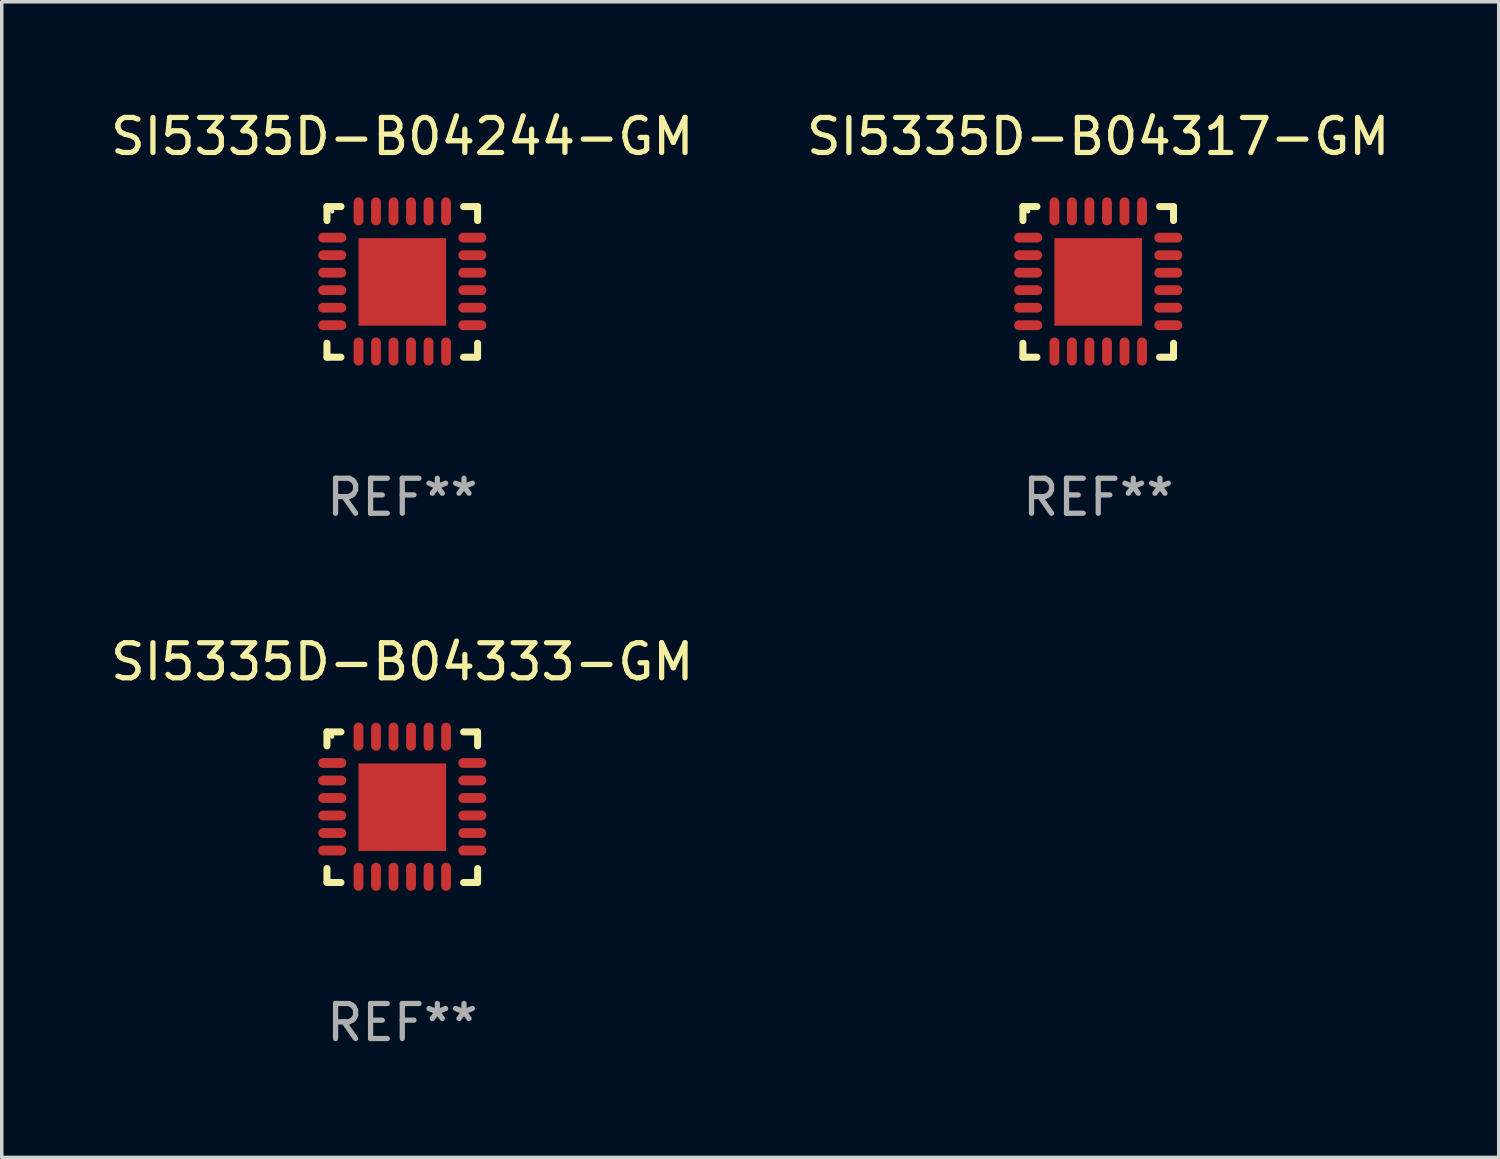
<source format=kicad_pcb>
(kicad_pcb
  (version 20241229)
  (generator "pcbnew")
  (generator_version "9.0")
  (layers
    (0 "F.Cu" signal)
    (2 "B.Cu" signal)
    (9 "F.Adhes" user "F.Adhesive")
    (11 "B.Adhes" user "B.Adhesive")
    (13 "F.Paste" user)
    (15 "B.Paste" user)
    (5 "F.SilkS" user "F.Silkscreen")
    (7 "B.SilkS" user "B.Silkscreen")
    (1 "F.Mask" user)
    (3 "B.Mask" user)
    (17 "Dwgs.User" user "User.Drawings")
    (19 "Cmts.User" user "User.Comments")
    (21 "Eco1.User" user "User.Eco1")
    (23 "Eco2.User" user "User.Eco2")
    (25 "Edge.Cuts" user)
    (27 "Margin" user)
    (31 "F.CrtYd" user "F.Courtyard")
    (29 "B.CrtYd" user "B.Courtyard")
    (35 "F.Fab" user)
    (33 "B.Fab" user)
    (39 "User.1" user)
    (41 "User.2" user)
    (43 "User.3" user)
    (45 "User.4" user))
  (footprint "SI5335D-B04244-GM"
    (layer "F.Cu")
    (at 8.435 4.998)
    (property "Reference" "SI5335D-B04244-GM" (at 0 -4.15 0) (layer "F.SilkS") (effects (font (size 1 1) (thickness 0.15))))
    (attr through_hole)
    (fp_line (start -2.15 -2.15) (end -1.75 -2.15) (stroke (width 0.2) (type solid)) (layer "F.SilkS"))
    (fp_line (start -2.15 -1.75) (end -2.15 -2.15) (stroke (width 0.2) (type solid)) (layer "F.SilkS"))
    (fp_line (start -2.15 2.15) (end -2.15 1.75) (stroke (width 0.2) (type solid)) (layer "F.SilkS"))
    (fp_line (start -1.75 2.15) (end -2.15 2.15) (stroke (width 0.2) (type solid)) (layer "F.SilkS"))
    (fp_line (start 1.75 -2.15) (end 2.15 -2.15) (stroke (width 0.2) (type solid)) (layer "F.SilkS"))
    (fp_line (start 1.75 2.15) (end 2.15 2.15) (stroke (width 0.2) (type solid)) (layer "F.SilkS"))
    (fp_line (start 2.15 -2.15) (end 2.15 -1.75) (stroke (width 0.2) (type solid)) (layer "F.SilkS"))
    (fp_line (start 2.15 2.15) (end 2.15 1.75) (stroke (width 0.2) (type solid)) (layer "F.SilkS"))
    (fp_circle (center -2 -2.013) (end -1.97 -2.013) (stroke (width 0.06) (type solid)) (fill no) (layer "F.SilkS"))
    (fp_text user "REF**" (at 0 6.15 0) (layer "F.Fab") (effects (font (size 1 1) (thickness 0.15))))
    (pad "1" smd oval (at -2 -1.263) (size 0.8 0.28) (layers "F.Cu" "F.Mask" "F.Paste"))
    (pad "2" smd oval (at -2 -0.763) (size 0.8 0.28) (layers "F.Cu" "F.Mask" "F.Paste"))
    (pad "3" smd oval (at -2 -0.263) (size 0.8 0.28) (layers "F.Cu" "F.Mask" "F.Paste"))
    (pad "4" smd oval (at -2 0.237) (size 0.8 0.28) (layers "F.Cu" "F.Mask" "F.Paste"))
    (pad "5" smd oval (at -2 0.737) (size 0.8 0.28) (layers "F.Cu" "F.Mask" "F.Paste"))
    (pad "6" smd oval (at -2 1.237) (size 0.8 0.28) (layers "F.Cu" "F.Mask" "F.Paste"))
    (pad "7" smd oval (at -1.25 1.987) (size 0.28 0.8) (layers "F.Cu" "F.Mask" "F.Paste"))
    (pad "8" smd oval (at -0.75 1.987) (size 0.28 0.8) (layers "F.Cu" "F.Mask" "F.Paste"))
    (pad "9" smd oval (at -0.25 1.987) (size 0.28 0.8) (layers "F.Cu" "F.Mask" "F.Paste"))
    (pad "10" smd oval (at 0.25 1.987) (size 0.28 0.8) (layers "F.Cu" "F.Mask" "F.Paste"))
    (pad "11" smd oval (at 0.75 1.987) (size 0.28 0.8) (layers "F.Cu" "F.Mask" "F.Paste"))
    (pad "12" smd oval (at 1.25 1.987) (size 0.28 0.8) (layers "F.Cu" "F.Mask" "F.Paste"))
    (pad "13" smd oval (at 2 1.237) (size 0.8 0.28) (layers "F.Cu" "F.Mask" "F.Paste"))
    (pad "14" smd oval (at 2 0.737) (size 0.8 0.28) (layers "F.Cu" "F.Mask" "F.Paste"))
    (pad "15" smd oval (at 2 0.237) (size 0.8 0.28) (layers "F.Cu" "F.Mask" "F.Paste"))
    (pad "16" smd oval (at 2 -0.263) (size 0.8 0.28) (layers "F.Cu" "F.Mask" "F.Paste"))
    (pad "17" smd oval (at 2 -0.763) (size 0.8 0.28) (layers "F.Cu" "F.Mask" "F.Paste"))
    (pad "18" smd oval (at 2 -1.263) (size 0.8 0.28) (layers "F.Cu" "F.Mask" "F.Paste"))
    (pad "19" smd oval (at 1.25 -2.013) (size 0.28 0.8) (layers "F.Cu" "F.Mask" "F.Paste"))
    (pad "20" smd oval (at 0.75 -2.013) (size 0.28 0.8) (layers "F.Cu" "F.Mask" "F.Paste"))
    (pad "21" smd oval (at 0.25 -2.013) (size 0.28 0.8) (layers "F.Cu" "F.Mask" "F.Paste"))
    (pad "22" smd oval (at -0.25 -2.013) (size 0.28 0.8) (layers "F.Cu" "F.Mask" "F.Paste"))
    (pad "23" smd oval (at -0.75 -2.013) (size 0.28 0.8) (layers "F.Cu" "F.Mask" "F.Paste"))
    (pad "24" smd oval (at -1.25 -2.013) (size 0.28 0.8) (layers "F.Cu" "F.Mask" "F.Paste"))
    (pad "25" smd rect (at -0.000102 -0.00014) (size 2.5 2.5) (layers "F.Cu" "F.Mask" "F.Paste")))
  (footprint "SI5335D-B04317-GM"
    (layer "F.Cu")
    (at 28.304 4.998)
    (property "Reference" "SI5335D-B04317-GM" (at 0 -4.15 0) (layer "F.SilkS") (effects (font (size 1 1) (thickness 0.15))))
    (attr through_hole)
    (fp_line (start -2.15 -2.15) (end -1.75 -2.15) (stroke (width 0.2) (type solid)) (layer "F.SilkS"))
    (fp_line (start -2.15 -1.75) (end -2.15 -2.15) (stroke (width 0.2) (type solid)) (layer "F.SilkS"))
    (fp_line (start -2.15 2.15) (end -2.15 1.75) (stroke (width 0.2) (type solid)) (layer "F.SilkS"))
    (fp_line (start -1.75 2.15) (end -2.15 2.15) (stroke (width 0.2) (type solid)) (layer "F.SilkS"))
    (fp_line (start 1.75 -2.15) (end 2.15 -2.15) (stroke (width 0.2) (type solid)) (layer "F.SilkS"))
    (fp_line (start 1.75 2.15) (end 2.15 2.15) (stroke (width 0.2) (type solid)) (layer "F.SilkS"))
    (fp_line (start 2.15 -2.15) (end 2.15 -1.75) (stroke (width 0.2) (type solid)) (layer "F.SilkS"))
    (fp_line (start 2.15 2.15) (end 2.15 1.75) (stroke (width 0.2) (type solid)) (layer "F.SilkS"))
    (fp_circle (center -2 -2.013) (end -1.97 -2.013) (stroke (width 0.06) (type solid)) (fill no) (layer "F.SilkS"))
    (fp_text user "REF**" (at 0 6.15 0) (layer "F.Fab") (effects (font (size 1 1) (thickness 0.15))))
    (pad "1" smd oval (at -2 -1.263) (size 0.8 0.28) (layers "F.Cu" "F.Mask" "F.Paste"))
    (pad "2" smd oval (at -2 -0.763) (size 0.8 0.28) (layers "F.Cu" "F.Mask" "F.Paste"))
    (pad "3" smd oval (at -2 -0.263) (size 0.8 0.28) (layers "F.Cu" "F.Mask" "F.Paste"))
    (pad "4" smd oval (at -2 0.237) (size 0.8 0.28) (layers "F.Cu" "F.Mask" "F.Paste"))
    (pad "5" smd oval (at -2 0.737) (size 0.8 0.28) (layers "F.Cu" "F.Mask" "F.Paste"))
    (pad "6" smd oval (at -2 1.237) (size 0.8 0.28) (layers "F.Cu" "F.Mask" "F.Paste"))
    (pad "7" smd oval (at -1.25 1.987) (size 0.28 0.8) (layers "F.Cu" "F.Mask" "F.Paste"))
    (pad "8" smd oval (at -0.75 1.987) (size 0.28 0.8) (layers "F.Cu" "F.Mask" "F.Paste"))
    (pad "9" smd oval (at -0.25 1.987) (size 0.28 0.8) (layers "F.Cu" "F.Mask" "F.Paste"))
    (pad "10" smd oval (at 0.25 1.987) (size 0.28 0.8) (layers "F.Cu" "F.Mask" "F.Paste"))
    (pad "11" smd oval (at 0.75 1.987) (size 0.28 0.8) (layers "F.Cu" "F.Mask" "F.Paste"))
    (pad "12" smd oval (at 1.25 1.987) (size 0.28 0.8) (layers "F.Cu" "F.Mask" "F.Paste"))
    (pad "13" smd oval (at 2 1.237) (size 0.8 0.28) (layers "F.Cu" "F.Mask" "F.Paste"))
    (pad "14" smd oval (at 2 0.737) (size 0.8 0.28) (layers "F.Cu" "F.Mask" "F.Paste"))
    (pad "15" smd oval (at 2 0.237) (size 0.8 0.28) (layers "F.Cu" "F.Mask" "F.Paste"))
    (pad "16" smd oval (at 2 -0.263) (size 0.8 0.28) (layers "F.Cu" "F.Mask" "F.Paste"))
    (pad "17" smd oval (at 2 -0.763) (size 0.8 0.28) (layers "F.Cu" "F.Mask" "F.Paste"))
    (pad "18" smd oval (at 2 -1.263) (size 0.8 0.28) (layers "F.Cu" "F.Mask" "F.Paste"))
    (pad "19" smd oval (at 1.25 -2.013) (size 0.28 0.8) (layers "F.Cu" "F.Mask" "F.Paste"))
    (pad "20" smd oval (at 0.75 -2.013) (size 0.28 0.8) (layers "F.Cu" "F.Mask" "F.Paste"))
    (pad "21" smd oval (at 0.25 -2.013) (size 0.28 0.8) (layers "F.Cu" "F.Mask" "F.Paste"))
    (pad "22" smd oval (at -0.25 -2.013) (size 0.28 0.8) (layers "F.Cu" "F.Mask" "F.Paste"))
    (pad "23" smd oval (at -0.75 -2.013) (size 0.28 0.8) (layers "F.Cu" "F.Mask" "F.Paste"))
    (pad "24" smd oval (at -1.25 -2.013) (size 0.28 0.8) (layers "F.Cu" "F.Mask" "F.Paste"))
    (pad "25" smd rect (at -0.000102 -0.00014) (size 2.5 2.5) (layers "F.Cu" "F.Mask" "F.Paste")))
  (footprint "SI5335D-B04333-GM"
    (layer "F.Cu")
    (at 8.435 19.995)
    (property "Reference" "SI5335D-B04333-GM" (at 0 -4.15 0) (layer "F.SilkS") (effects (font (size 1 1) (thickness 0.15))))
    (attr through_hole)
    (fp_line (start -2.15 -2.15) (end -1.75 -2.15) (stroke (width 0.2) (type solid)) (layer "F.SilkS"))
    (fp_line (start -2.15 -1.75) (end -2.15 -2.15) (stroke (width 0.2) (type solid)) (layer "F.SilkS"))
    (fp_line (start -2.15 2.15) (end -2.15 1.75) (stroke (width 0.2) (type solid)) (layer "F.SilkS"))
    (fp_line (start -1.75 2.15) (end -2.15 2.15) (stroke (width 0.2) (type solid)) (layer "F.SilkS"))
    (fp_line (start 1.75 -2.15) (end 2.15 -2.15) (stroke (width 0.2) (type solid)) (layer "F.SilkS"))
    (fp_line (start 1.75 2.15) (end 2.15 2.15) (stroke (width 0.2) (type solid)) (layer "F.SilkS"))
    (fp_line (start 2.15 -2.15) (end 2.15 -1.75) (stroke (width 0.2) (type solid)) (layer "F.SilkS"))
    (fp_line (start 2.15 2.15) (end 2.15 1.75) (stroke (width 0.2) (type solid)) (layer "F.SilkS"))
    (fp_circle (center -2 -2.013) (end -1.97 -2.013) (stroke (width 0.06) (type solid)) (fill no) (layer "F.SilkS"))
    (fp_text user "REF**" (at 0 6.15 0) (layer "F.Fab") (effects (font (size 1 1) (thickness 0.15))))
    (pad "1" smd oval (at -2 -1.263) (size 0.8 0.28) (layers "F.Cu" "F.Mask" "F.Paste"))
    (pad "2" smd oval (at -2 -0.763) (size 0.8 0.28) (layers "F.Cu" "F.Mask" "F.Paste"))
    (pad "3" smd oval (at -2 -0.263) (size 0.8 0.28) (layers "F.Cu" "F.Mask" "F.Paste"))
    (pad "4" smd oval (at -2 0.237) (size 0.8 0.28) (layers "F.Cu" "F.Mask" "F.Paste"))
    (pad "5" smd oval (at -2 0.737) (size 0.8 0.28) (layers "F.Cu" "F.Mask" "F.Paste"))
    (pad "6" smd oval (at -2 1.237) (size 0.8 0.28) (layers "F.Cu" "F.Mask" "F.Paste"))
    (pad "7" smd oval (at -1.25 1.987) (size 0.28 0.8) (layers "F.Cu" "F.Mask" "F.Paste"))
    (pad "8" smd oval (at -0.75 1.987) (size 0.28 0.8) (layers "F.Cu" "F.Mask" "F.Paste"))
    (pad "9" smd oval (at -0.25 1.987) (size 0.28 0.8) (layers "F.Cu" "F.Mask" "F.Paste"))
    (pad "10" smd oval (at 0.25 1.987) (size 0.28 0.8) (layers "F.Cu" "F.Mask" "F.Paste"))
    (pad "11" smd oval (at 0.75 1.987) (size 0.28 0.8) (layers "F.Cu" "F.Mask" "F.Paste"))
    (pad "12" smd oval (at 1.25 1.987) (size 0.28 0.8) (layers "F.Cu" "F.Mask" "F.Paste"))
    (pad "13" smd oval (at 2 1.237) (size 0.8 0.28) (layers "F.Cu" "F.Mask" "F.Paste"))
    (pad "14" smd oval (at 2 0.737) (size 0.8 0.28) (layers "F.Cu" "F.Mask" "F.Paste"))
    (pad "15" smd oval (at 2 0.237) (size 0.8 0.28) (layers "F.Cu" "F.Mask" "F.Paste"))
    (pad "16" smd oval (at 2 -0.263) (size 0.8 0.28) (layers "F.Cu" "F.Mask" "F.Paste"))
    (pad "17" smd oval (at 2 -0.763) (size 0.8 0.28) (layers "F.Cu" "F.Mask" "F.Paste"))
    (pad "18" smd oval (at 2 -1.263) (size 0.8 0.28) (layers "F.Cu" "F.Mask" "F.Paste"))
    (pad "19" smd oval (at 1.25 -2.013) (size 0.28 0.8) (layers "F.Cu" "F.Mask" "F.Paste"))
    (pad "20" smd oval (at 0.75 -2.013) (size 0.28 0.8) (layers "F.Cu" "F.Mask" "F.Paste"))
    (pad "21" smd oval (at 0.25 -2.013) (size 0.28 0.8) (layers "F.Cu" "F.Mask" "F.Paste"))
    (pad "22" smd oval (at -0.25 -2.013) (size 0.28 0.8) (layers "F.Cu" "F.Mask" "F.Paste"))
    (pad "23" smd oval (at -0.75 -2.013) (size 0.28 0.8) (layers "F.Cu" "F.Mask" "F.Paste"))
    (pad "24" smd oval (at -1.25 -2.013) (size 0.28 0.8) (layers "F.Cu" "F.Mask" "F.Paste"))
    (pad "25" smd rect (at -0.000102 -0.00014) (size 2.5 2.5) (layers "F.Cu" "F.Mask" "F.Paste")))
  (gr_rect
    (start -3 -3)
    (end 39.738 29.993)
    (stroke (width 0.1) (type default))
    (fill no)
    (layer "Edge.Cuts")))
</source>
